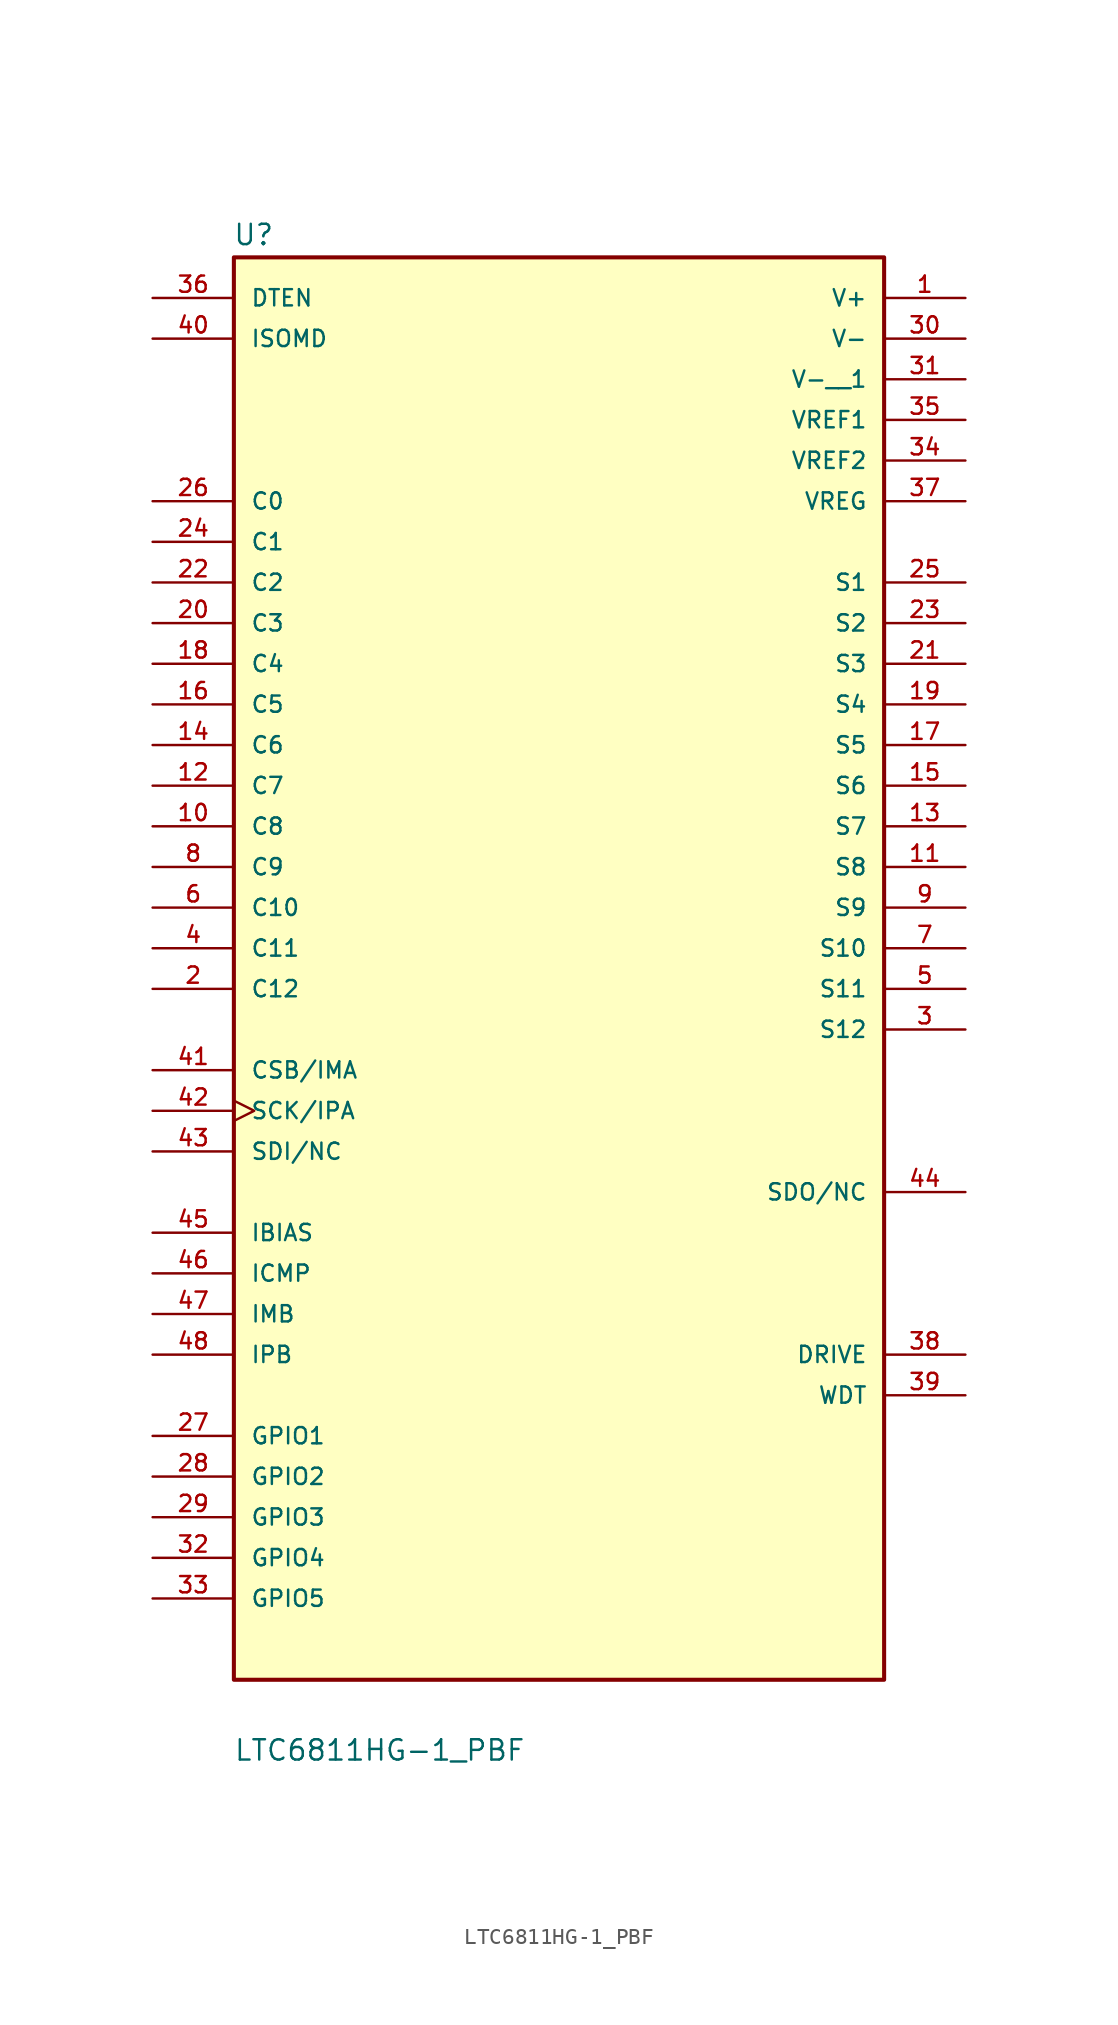
<source format=kicad_sym>
(kicad_symbol_lib
  (version 20211014)
  (generator kicad_symbol_editor)
  (symbol "LTC6811HG-1_PBF"
    (pin_names
      (offset 1.016))
    (property "Reference" "U"
      (at -20.393 43.845 0)
      (effects (font (size 1.27 1.27)) (justify bottom left)))
    (property "Value" "LTC6811HG-1_PBF"
      (at -20.349 -50.87 0)
      (effects (font (size 1.27 1.27)) (justify bottom left)))
    (symbol "LTC6811HG-1_PBF_0_0"
      (rectangle (start -20.32 -45.72) (end 20.32 43.18) (stroke (width 0.254)) (fill (type background)))
      (pin input line (at -25.4 27.94 0) (length 5.08) (name "C0" (effects (font (size 1.016 1.016)))) (number "26" (effects (font (size 1.016 1.016)))))
      (pin input line (at -25.4 25.4 0) (length 5.08) (name "C1" (effects (font (size 1.016 1.016)))) (number "24" (effects (font (size 1.016 1.016)))))
      (pin input line (at -25.4 22.86 0) (length 5.08) (name "C2" (effects (font (size 1.016 1.016)))) (number "22" (effects (font (size 1.016 1.016)))))
      (pin input line (at -25.4 20.32 0) (length 5.08) (name "C3" (effects (font (size 1.016 1.016)))) (number "20" (effects (font (size 1.016 1.016)))))
      (pin input line (at -25.4 17.78 0) (length 5.08) (name "C4" (effects (font (size 1.016 1.016)))) (number "18" (effects (font (size 1.016 1.016)))))
      (pin input line (at -25.4 15.24 0) (length 5.08) (name "C5" (effects (font (size 1.016 1.016)))) (number "16" (effects (font (size 1.016 1.016)))))
      (pin input line (at -25.4 12.7 0) (length 5.08) (name "C6" (effects (font (size 1.016 1.016)))) (number "14" (effects (font (size 1.016 1.016)))))
      (pin input line (at -25.4 10.16 0) (length 5.08) (name "C7" (effects (font (size 1.016 1.016)))) (number "12" (effects (font (size 1.016 1.016)))))
      (pin input line (at -25.4 7.62 0) (length 5.08) (name "C8" (effects (font (size 1.016 1.016)))) (number "10" (effects (font (size 1.016 1.016)))))
      (pin input line (at -25.4 5.08 0) (length 5.08) (name "C9" (effects (font (size 1.016 1.016)))) (number "8" (effects (font (size 1.016 1.016)))))
      (pin input line (at -25.4 2.54 0) (length 5.08) (name "C10" (effects (font (size 1.016 1.016)))) (number "6" (effects (font (size 1.016 1.016)))))
      (pin input line (at -25.4 0.0 0) (length 5.08) (name "C11" (effects (font (size 1.016 1.016)))) (number "4" (effects (font (size 1.016 1.016)))))
      (pin input line (at -25.4 -2.54 0) (length 5.08) (name "C12" (effects (font (size 1.016 1.016)))) (number "2" (effects (font (size 1.016 1.016)))))
      (pin bidirectional line (at 25.4 -5.08 180.0) (length 5.08) (name "S12" (effects (font (size 1.016 1.016)))) (number "3" (effects (font (size 1.016 1.016)))))
      (pin bidirectional line (at 25.4 22.86 180.0) (length 5.08) (name "S1" (effects (font (size 1.016 1.016)))) (number "25" (effects (font (size 1.016 1.016)))))
      (pin bidirectional line (at 25.4 20.32 180.0) (length 5.08) (name "S2" (effects (font (size 1.016 1.016)))) (number "23" (effects (font (size 1.016 1.016)))))
      (pin bidirectional line (at 25.4 15.24 180.0) (length 5.08) (name "S4" (effects (font (size 1.016 1.016)))) (number "19" (effects (font (size 1.016 1.016)))))
      (pin bidirectional line (at 25.4 17.78 180.0) (length 5.08) (name "S3" (effects (font (size 1.016 1.016)))) (number "21" (effects (font (size 1.016 1.016)))))
      (pin bidirectional line (at 25.4 12.7 180.0) (length 5.08) (name "S5" (effects (font (size 1.016 1.016)))) (number "17" (effects (font (size 1.016 1.016)))))
      (pin bidirectional line (at 25.4 10.16 180.0) (length 5.08) (name "S6" (effects (font (size 1.016 1.016)))) (number "15" (effects (font (size 1.016 1.016)))))
      (pin bidirectional line (at 25.4 7.62 180.0) (length 5.08) (name "S7" (effects (font (size 1.016 1.016)))) (number "13" (effects (font (size 1.016 1.016)))))
      (pin bidirectional line (at 25.4 5.08 180.0) (length 5.08) (name "S8" (effects (font (size 1.016 1.016)))) (number "11" (effects (font (size 1.016 1.016)))))
      (pin bidirectional line (at 25.4 2.54 180.0) (length 5.08) (name "S9" (effects (font (size 1.016 1.016)))) (number "9" (effects (font (size 1.016 1.016)))))
      (pin bidirectional line (at 25.4 0.0 180.0) (length 5.08) (name "S10" (effects (font (size 1.016 1.016)))) (number "7" (effects (font (size 1.016 1.016)))))
      (pin bidirectional line (at 25.4 -2.54 180.0) (length 5.08) (name "S11" (effects (font (size 1.016 1.016)))) (number "5" (effects (font (size 1.016 1.016)))))
      (pin power_in line (at 25.4 40.64 180.0) (length 5.08) (name "V+" (effects (font (size 1.016 1.016)))) (number "1" (effects (font (size 1.016 1.016)))))
      (pin power_in line (at 25.4 38.1 180.0) (length 5.08) (name "V-" (effects (font (size 1.016 1.016)))) (number "30" (effects (font (size 1.016 1.016)))))
      (pin power_in line (at 25.4 33.02 180.0) (length 5.08) (name "VREF1" (effects (font (size 1.016 1.016)))) (number "35" (effects (font (size 1.016 1.016)))))
      (pin power_in line (at 25.4 30.48 180.0) (length 5.08) (name "VREF2" (effects (font (size 1.016 1.016)))) (number "34" (effects (font (size 1.016 1.016)))))
      (pin input line (at -25.4 40.64 0) (length 5.08) (name "DTEN" (effects (font (size 1.016 1.016)))) (number "36" (effects (font (size 1.016 1.016)))))
      (pin output line (at 25.4 -25.4 180.0) (length 5.08) (name "DRIVE" (effects (font (size 1.016 1.016)))) (number "38" (effects (font (size 1.016 1.016)))))
      (pin power_in line (at 25.4 27.94 180.0) (length 5.08) (name "VREG" (effects (font (size 1.016 1.016)))) (number "37" (effects (font (size 1.016 1.016)))))
      (pin input line (at -25.4 38.1 0) (length 5.08) (name "ISOMD" (effects (font (size 1.016 1.016)))) (number "40" (effects (font (size 1.016 1.016)))))
      (pin output line (at 25.4 -27.94 180.0) (length 5.08) (name "WDT" (effects (font (size 1.016 1.016)))) (number "39" (effects (font (size 1.016 1.016)))))
      (pin input line (at -25.4 -7.62 0) (length 5.08) (name "CSB/IMA" (effects (font (size 1.016 1.016)))) (number "41" (effects (font (size 1.016 1.016)))))
      (pin input clock (at -25.4 -10.16 0) (length 5.08) (name "SCK/IPA" (effects (font (size 1.016 1.016)))) (number "42" (effects (font (size 1.016 1.016)))))
      (pin input line (at -25.4 -12.7 0) (length 5.08) (name "SDI/NC" (effects (font (size 1.016 1.016)))) (number "43" (effects (font (size 1.016 1.016)))))
      (pin output line (at 25.4 -15.24 180.0) (length 5.08) (name "SDO/NC" (effects (font (size 1.016 1.016)))) (number "44" (effects (font (size 1.016 1.016)))))
      (pin bidirectional line (at -25.4 -17.78 0) (length 5.08) (name "IBIAS" (effects (font (size 1.016 1.016)))) (number "45" (effects (font (size 1.016 1.016)))))
      (pin bidirectional line (at -25.4 -20.32 0) (length 5.08) (name "ICMP" (effects (font (size 1.016 1.016)))) (number "46" (effects (font (size 1.016 1.016)))))
      (pin bidirectional line (at -25.4 -22.86 0) (length 5.08) (name "IMB" (effects (font (size 1.016 1.016)))) (number "47" (effects (font (size 1.016 1.016)))))
      (pin bidirectional line (at -25.4 -25.4 0) (length 5.08) (name "IPB" (effects (font (size 1.016 1.016)))) (number "48" (effects (font (size 1.016 1.016)))))
      (pin bidirectional line (at -25.4 -30.48 0) (length 5.08) (name "GPIO1" (effects (font (size 1.016 1.016)))) (number "27" (effects (font (size 1.016 1.016)))))
      (pin bidirectional line (at -25.4 -33.02 0) (length 5.08) (name "GPIO2" (effects (font (size 1.016 1.016)))) (number "28" (effects (font (size 1.016 1.016)))))
      (pin bidirectional line (at -25.4 -35.56 0) (length 5.08) (name "GPIO3" (effects (font (size 1.016 1.016)))) (number "29" (effects (font (size 1.016 1.016)))))
      (pin bidirectional line (at -25.4 -38.1 0) (length 5.08) (name "GPIO4" (effects (font (size 1.016 1.016)))) (number "32" (effects (font (size 1.016 1.016)))))
      (pin bidirectional line (at -25.4 -40.64 0) (length 5.08) (name "GPIO5" (effects (font (size 1.016 1.016)))) (number "33" (effects (font (size 1.016 1.016)))))
      (pin power_in line (at 25.4 35.56 180.0) (length 5.08) (name "V-__1" (effects (font (size 1.016 1.016)))) (number "31" (effects (font (size 1.016 1.016))))))))
</source>
